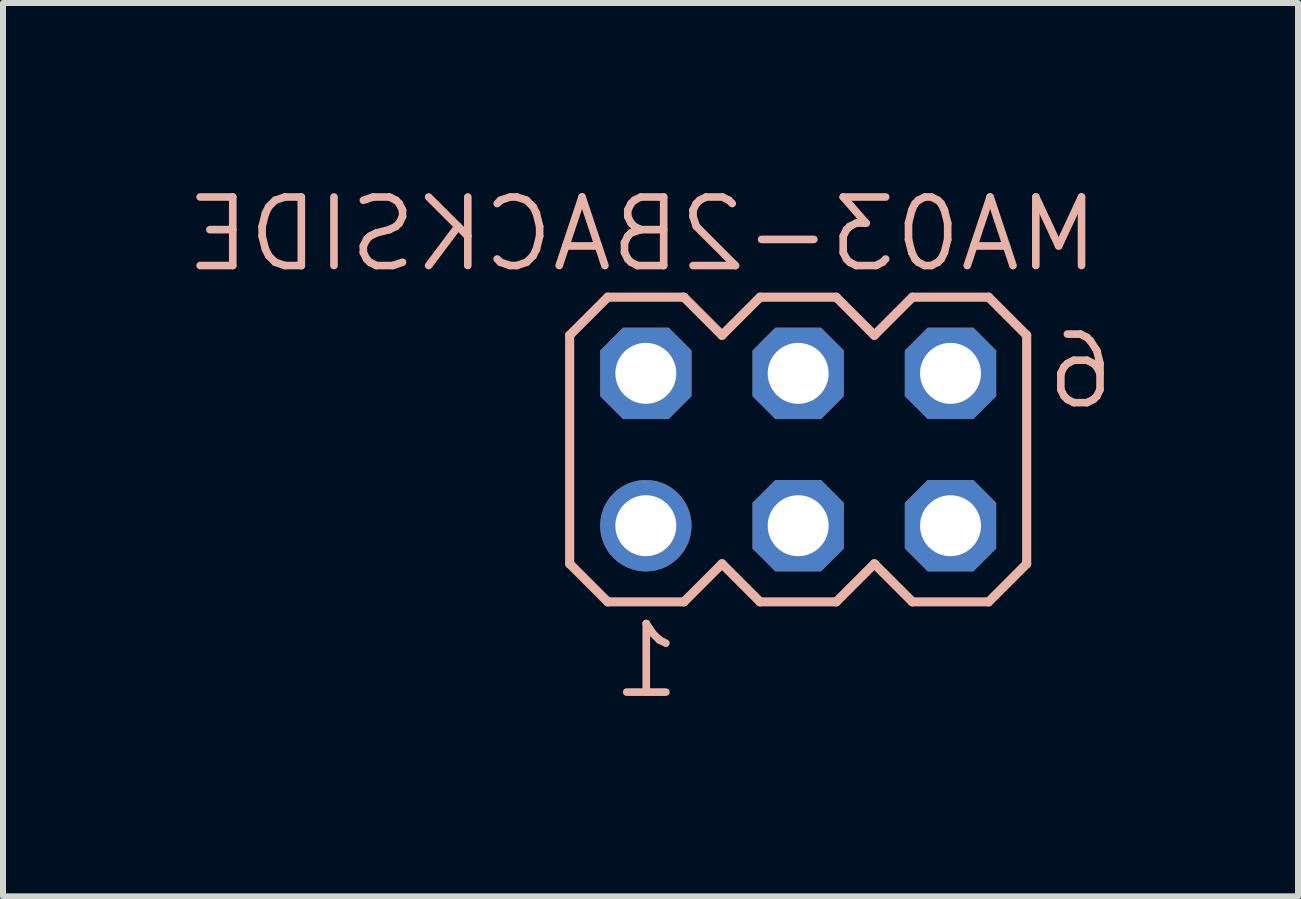
<source format=kicad_pcb>
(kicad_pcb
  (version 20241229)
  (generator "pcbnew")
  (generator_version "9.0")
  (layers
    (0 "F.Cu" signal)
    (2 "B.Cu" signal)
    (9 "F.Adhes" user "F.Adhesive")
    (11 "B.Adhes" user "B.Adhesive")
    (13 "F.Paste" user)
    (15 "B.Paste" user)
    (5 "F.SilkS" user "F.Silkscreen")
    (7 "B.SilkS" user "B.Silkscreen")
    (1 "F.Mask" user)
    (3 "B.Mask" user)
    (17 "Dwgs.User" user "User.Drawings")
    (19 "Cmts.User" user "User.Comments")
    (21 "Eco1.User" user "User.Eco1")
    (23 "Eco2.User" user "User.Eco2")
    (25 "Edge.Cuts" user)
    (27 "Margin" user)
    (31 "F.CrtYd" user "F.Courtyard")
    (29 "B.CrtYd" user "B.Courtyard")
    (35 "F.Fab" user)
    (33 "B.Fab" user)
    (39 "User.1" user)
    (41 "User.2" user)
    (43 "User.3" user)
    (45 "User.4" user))
  (footprint "MA03-2BACKSIDE"
    (layer "F.Cu")
    (at 10.258 4.445)
    (property "Reference" "MA03-2BACKSIDE" (at 5.08 -2.921 0) (layer "B.SilkS") (effects (font (size 1.143 1.143) (thickness 0.127)) (justify left bottom mirror)))
    (fp_line (start -3.81 -1.905) (end -3.81 1.905) (stroke (width 0.152) (type solid)) (layer "B.SilkS"))
    (fp_line (start -3.81 1.905) (end -3.175 2.54) (stroke (width 0.152) (type solid)) (layer "B.SilkS"))
    (fp_line (start -3.175 -2.54) (end -3.81 -1.905) (stroke (width 0.152) (type solid)) (layer "B.SilkS"))
    (fp_line (start -3.175 -2.54) (end -1.905 -2.54) (stroke (width 0.152) (type solid)) (layer "B.SilkS"))
    (fp_line (start -1.905 -2.54) (end -1.27 -1.905) (stroke (width 0.152) (type solid)) (layer "B.SilkS"))
    (fp_line (start -1.905 2.54) (end -3.175 2.54) (stroke (width 0.152) (type solid)) (layer "B.SilkS"))
    (fp_line (start -1.27 -1.905) (end -0.635 -2.54) (stroke (width 0.152) (type solid)) (layer "B.SilkS"))
    (fp_line (start -1.27 1.905) (end -1.905 2.54) (stroke (width 0.152) (type solid)) (layer "B.SilkS"))
    (fp_line (start -0.635 -2.54) (end 0.635 -2.54) (stroke (width 0.152) (type solid)) (layer "B.SilkS"))
    (fp_line (start -0.635 2.54) (end -1.27 1.905) (stroke (width 0.152) (type solid)) (layer "B.SilkS"))
    (fp_line (start 0.635 -2.54) (end 1.27 -1.905) (stroke (width 0.152) (type solid)) (layer "B.SilkS"))
    (fp_line (start 0.635 2.54) (end -0.635 2.54) (stroke (width 0.152) (type solid)) (layer "B.SilkS"))
    (fp_line (start 1.27 -1.905) (end 1.905 -2.54) (stroke (width 0.152) (type solid)) (layer "B.SilkS"))
    (fp_line (start 1.27 1.905) (end 0.635 2.54) (stroke (width 0.152) (type solid)) (layer "B.SilkS"))
    (fp_line (start 1.905 -2.54) (end 3.175 -2.54) (stroke (width 0.152) (type solid)) (layer "B.SilkS"))
    (fp_line (start 1.905 2.54) (end 1.27 1.905) (stroke (width 0.152) (type solid)) (layer "B.SilkS"))
    (fp_line (start 3.175 -2.54) (end 3.81 -1.905) (stroke (width 0.152) (type solid)) (layer "B.SilkS"))
    (fp_line (start 3.175 2.54) (end 1.905 2.54) (stroke (width 0.152) (type solid)) (layer "B.SilkS"))
    (fp_line (start 3.81 -1.905) (end 3.81 1.905) (stroke (width 0.152) (type solid)) (layer "B.SilkS"))
    (fp_line (start 3.81 1.905) (end 3.175 2.54) (stroke (width 0.152) (type solid)) (layer "B.SilkS"))
    (fp_poly (pts (xy -2.794 -1.016) (xy -2.286 -1.016) (xy -2.286 -1.524) (xy -2.794 -1.524)) (stroke (width 0.1) (type solid)) (fill no) (layer "F.Fab"))
    (fp_poly (pts (xy -2.794 1.524) (xy -2.286 1.524) (xy -2.286 1.016) (xy -2.794 1.016)) (stroke (width 0.1) (type solid)) (fill no) (layer "F.Fab"))
    (fp_poly (pts (xy -0.254 -1.016) (xy 0.254 -1.016) (xy 0.254 -1.524) (xy -0.254 -1.524)) (stroke (width 0.1) (type solid)) (fill no) (layer "F.Fab"))
    (fp_poly (pts (xy -0.254 1.524) (xy 0.254 1.524) (xy 0.254 1.016) (xy -0.254 1.016)) (stroke (width 0.1) (type solid)) (fill no) (layer "F.Fab"))
    (fp_poly (pts (xy 2.286 -1.016) (xy 2.794 -1.016) (xy 2.794 -1.524) (xy 2.286 -1.524)) (stroke (width 0.1) (type solid)) (fill no) (layer "F.Fab"))
    (fp_poly (pts (xy 2.286 1.524) (xy 2.794 1.524) (xy 2.794 1.016) (xy 2.286 1.016)) (stroke (width 0.1) (type solid)) (fill no) (layer "F.Fab"))
    (fp_text user "1" (at -1.905 4.191 0) (layer "B.SilkS") (effects (font (size 1.143 1.143) (thickness 0.127)) (justify left bottom mirror)))
    (fp_text user "6" (at 5.334 -0.635 0) (layer "B.SilkS") (effects (font (size 1.143 1.143) (thickness 0.127)) (justify left bottom mirror)))
    (pad "1" thru_hole circle (at -2.54 1.27) (size 1.524 1.524) (drill 1.016) (layers "*.Cu" "*.Mask"))
    (pad "2" thru_hole roundrect (at -2.54 -1.27) (size 1.524 1.524) (drill 1.016) (layers "*.Cu" "*.Mask") (roundrect_rratio 0.25) (chamfer_ratio 0.25) (chamfer top_left top_right bottom_left bottom_right))
    (pad "3" thru_hole roundrect (at 0 1.27) (size 1.524 1.524) (drill 1.016) (layers "*.Cu" "*.Mask") (roundrect_rratio 0.25) (chamfer_ratio 0.25) (chamfer top_left top_right bottom_left bottom_right))
    (pad "4" thru_hole roundrect (at 0 -1.27) (size 1.524 1.524) (drill 1.016) (layers "*.Cu" "*.Mask") (roundrect_rratio 0.25) (chamfer_ratio 0.25) (chamfer top_left top_right bottom_left bottom_right))
    (pad "5" thru_hole roundrect (at 2.54 1.27) (size 1.524 1.524) (drill 1.016) (layers "*.Cu" "*.Mask") (roundrect_rratio 0.25) (chamfer_ratio 0.25) (chamfer top_left top_right bottom_left bottom_right))
    (pad "6" thru_hole roundrect (at 2.54 -1.27) (size 1.524 1.524) (drill 1.016) (layers "*.Cu" "*.Mask") (roundrect_rratio 0.25) (chamfer_ratio 0.25) (chamfer top_left top_right bottom_left bottom_right)))
  (gr_rect
    (start -3 -3)
    (end 18.592 11.895)
    (stroke (width 0.1) (type default))
    (fill no)
    (layer "Edge.Cuts")))
</source>
